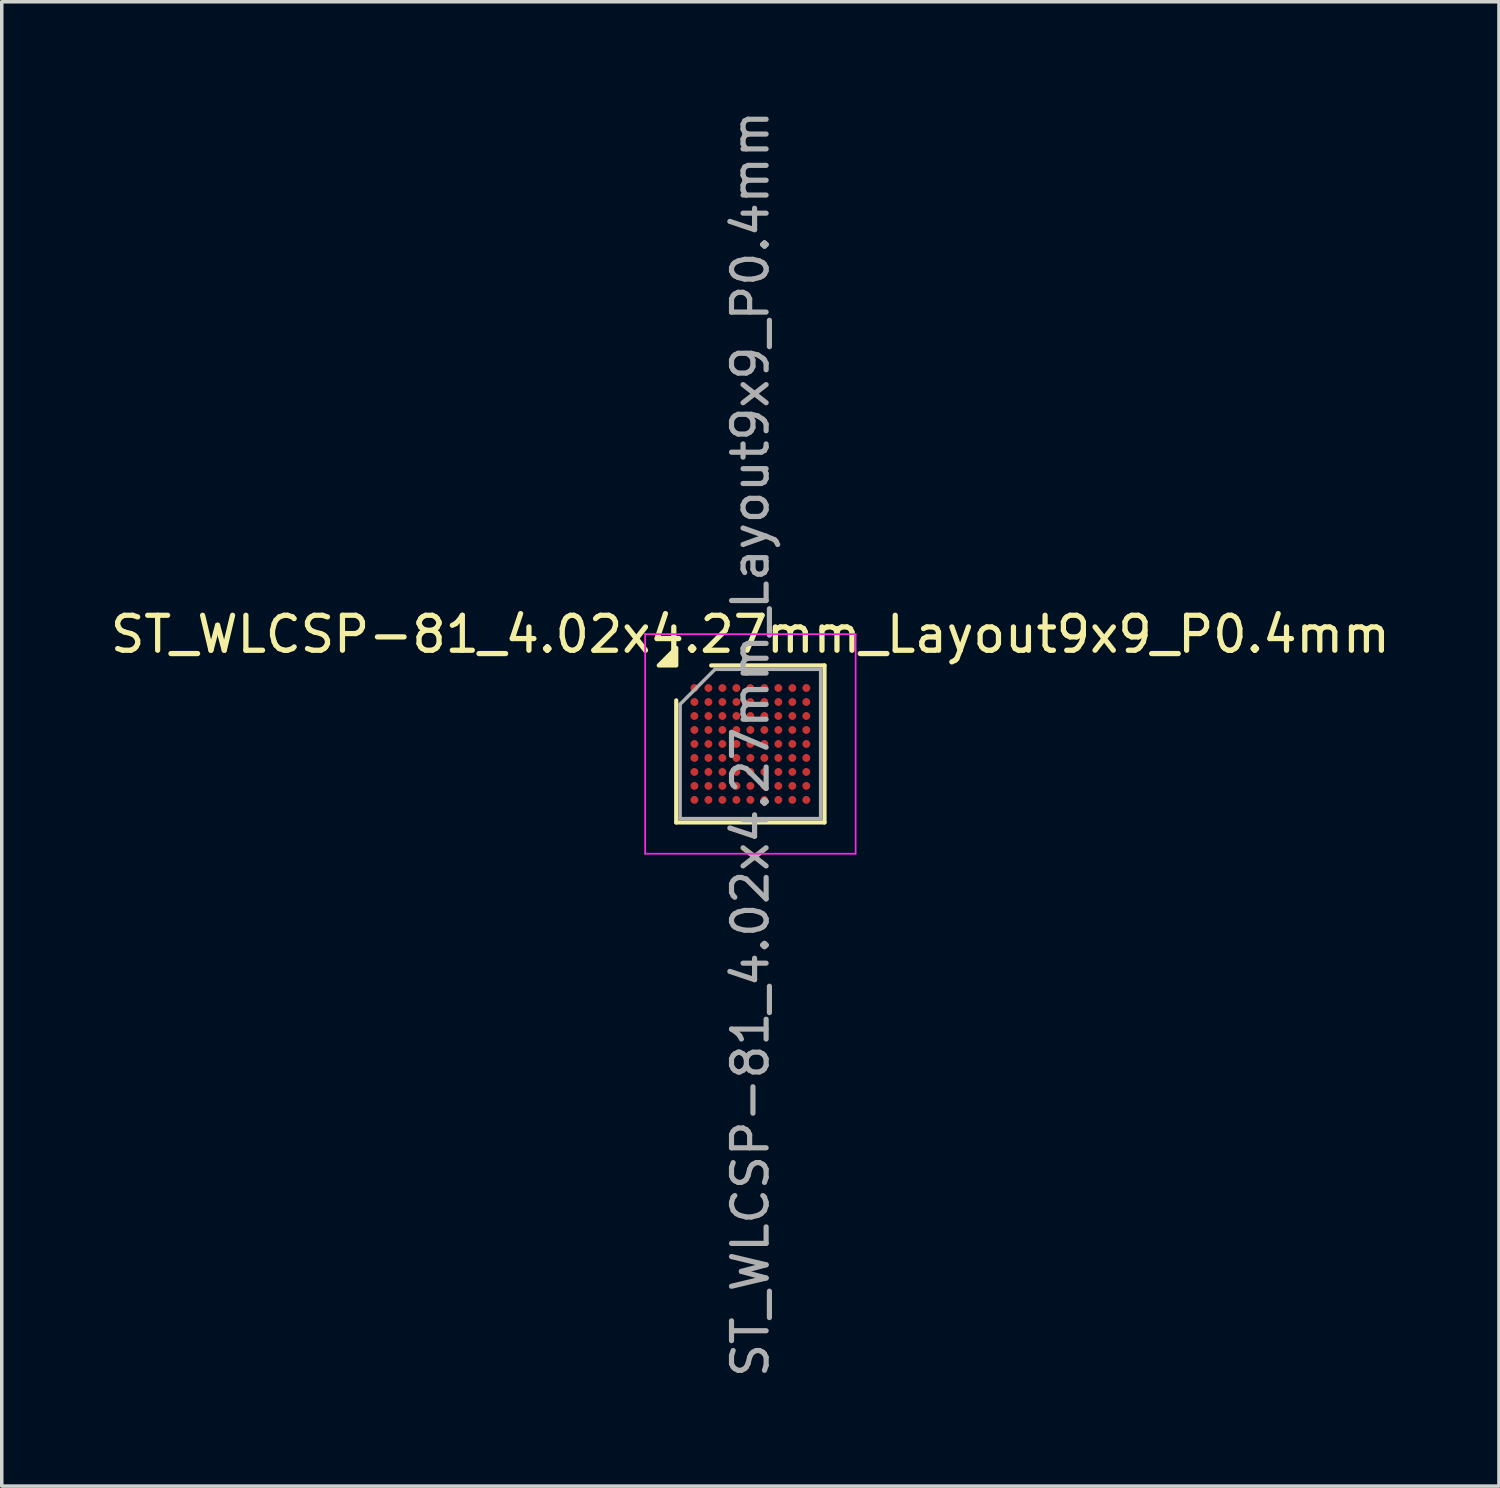
<source format=kicad_pcb>
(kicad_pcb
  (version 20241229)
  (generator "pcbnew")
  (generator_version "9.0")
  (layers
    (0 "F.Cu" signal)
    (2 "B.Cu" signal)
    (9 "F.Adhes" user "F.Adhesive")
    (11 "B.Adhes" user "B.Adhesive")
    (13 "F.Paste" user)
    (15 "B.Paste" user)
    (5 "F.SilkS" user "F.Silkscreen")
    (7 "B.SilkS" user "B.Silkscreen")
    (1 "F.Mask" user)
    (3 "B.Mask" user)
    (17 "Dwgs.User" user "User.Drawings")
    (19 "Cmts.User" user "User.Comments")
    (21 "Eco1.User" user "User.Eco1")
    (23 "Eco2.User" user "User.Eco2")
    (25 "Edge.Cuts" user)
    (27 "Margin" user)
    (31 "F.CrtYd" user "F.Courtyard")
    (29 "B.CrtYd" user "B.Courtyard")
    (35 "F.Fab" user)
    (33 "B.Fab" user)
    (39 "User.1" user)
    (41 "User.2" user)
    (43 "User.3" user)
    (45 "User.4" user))
  (footprint "ST_WLCSP-81_4.02x4.27mm_Layout9x9_P0.4mm"
    (layer "F.Cu")
    (at 18.411 18.227)
    (property "Reference" "ST_WLCSP-81_4.02x4.27mm_Layout9x9_P0.4mm" (at 0 -3.135 0) (layer "F.SilkS") (effects (font (size 1 1) (thickness 0.15))))
    (attr smd)
    (fp_line (start -2.12 2.245) (end -2.12 -1.245) (stroke (width 0.12) (type solid)) (layer "F.SilkS"))
    (fp_line (start -1.12 -2.245) (end 2.12 -2.245) (stroke (width 0.12) (type solid)) (layer "F.SilkS"))
    (fp_line (start 2.12 -2.245) (end 2.12 2.245) (stroke (width 0.12) (type solid)) (layer "F.SilkS"))
    (fp_line (start 2.12 2.245) (end -2.12 2.245) (stroke (width 0.12) (type solid)) (layer "F.SilkS"))
    (fp_poly (pts (xy -2.12 -2.245) (xy -2.62 -2.245) (xy -2.12 -2.745) (xy -2.12 -2.245)) (stroke (width 0.12) (type solid)) (fill yes) (layer "F.SilkS"))
    (fp_line (start -3.01 -3.14) (end -3.01 3.14) (stroke (width 0.05) (type solid)) (layer "F.CrtYd"))
    (fp_line (start -3.01 3.14) (end 3.01 3.14) (stroke (width 0.05) (type solid)) (layer "F.CrtYd"))
    (fp_line (start 3.01 -3.14) (end -3.01 -3.14) (stroke (width 0.05) (type solid)) (layer "F.CrtYd"))
    (fp_line (start 3.01 3.14) (end 3.01 -3.14) (stroke (width 0.05) (type solid)) (layer "F.CrtYd"))
    (fp_line (start -2.01 -1.135) (end -1.01 -2.135) (stroke (width 0.1) (type solid)) (layer "F.Fab"))
    (fp_line (start -2.01 2.135) (end -2.01 -1.135) (stroke (width 0.1) (type solid)) (layer "F.Fab"))
    (fp_line (start -1.01 -2.135) (end 2.01 -2.135) (stroke (width 0.1) (type solid)) (layer "F.Fab"))
    (fp_line (start 2.01 -2.135) (end 2.01 2.135) (stroke (width 0.1) (type solid)) (layer "F.Fab"))
    (fp_line (start 2.01 2.135) (end -2.01 2.135) (stroke (width 0.1) (type solid)) (layer "F.Fab"))
    (fp_text user "${REFERENCE}" (at 0 0 270) (layer "F.Fab") (effects (font (size 0.99 0.99) (thickness 0.148))))
    (pad "A1" smd circle (at -1.6 -1.6) (size 0.225 0.225) (property pad_prop_bga) (layers "F.Cu" "F.Mask" "F.Paste"))
    (pad "A2" smd circle (at -1.2 -1.6) (size 0.225 0.225) (property pad_prop_bga) (layers "F.Cu" "F.Mask" "F.Paste"))
    (pad "A3" smd circle (at -0.8 -1.6) (size 0.225 0.225) (property pad_prop_bga) (layers "F.Cu" "F.Mask" "F.Paste"))
    (pad "A4" smd circle (at -0.4 -1.6) (size 0.225 0.225) (property pad_prop_bga) (layers "F.Cu" "F.Mask" "F.Paste"))
    (pad "A5" smd circle (at 0 -1.6) (size 0.225 0.225) (property pad_prop_bga) (layers "F.Cu" "F.Mask" "F.Paste"))
    (pad "A6" smd circle (at 0.4 -1.6) (size 0.225 0.225) (property pad_prop_bga) (layers "F.Cu" "F.Mask" "F.Paste"))
    (pad "A7" smd circle (at 0.8 -1.6) (size 0.225 0.225) (property pad_prop_bga) (layers "F.Cu" "F.Mask" "F.Paste"))
    (pad "A8" smd circle (at 1.2 -1.6) (size 0.225 0.225) (property pad_prop_bga) (layers "F.Cu" "F.Mask" "F.Paste"))
    (pad "A9" smd circle (at 1.6 -1.6) (size 0.225 0.225) (property pad_prop_bga) (layers "F.Cu" "F.Mask" "F.Paste"))
    (pad "B1" smd circle (at -1.6 -1.2) (size 0.225 0.225) (property pad_prop_bga) (layers "F.Cu" "F.Mask" "F.Paste"))
    (pad "B2" smd circle (at -1.2 -1.2) (size 0.225 0.225) (property pad_prop_bga) (layers "F.Cu" "F.Mask" "F.Paste"))
    (pad "B3" smd circle (at -0.8 -1.2) (size 0.225 0.225) (property pad_prop_bga) (layers "F.Cu" "F.Mask" "F.Paste"))
    (pad "B4" smd circle (at -0.4 -1.2) (size 0.225 0.225) (property pad_prop_bga) (layers "F.Cu" "F.Mask" "F.Paste"))
    (pad "B5" smd circle (at 0 -1.2) (size 0.225 0.225) (property pad_prop_bga) (layers "F.Cu" "F.Mask" "F.Paste"))
    (pad "B6" smd circle (at 0.4 -1.2) (size 0.225 0.225) (property pad_prop_bga) (layers "F.Cu" "F.Mask" "F.Paste"))
    (pad "B7" smd circle (at 0.8 -1.2) (size 0.225 0.225) (property pad_prop_bga) (layers "F.Cu" "F.Mask" "F.Paste"))
    (pad "B8" smd circle (at 1.2 -1.2) (size 0.225 0.225) (property pad_prop_bga) (layers "F.Cu" "F.Mask" "F.Paste"))
    (pad "B9" smd circle (at 1.6 -1.2) (size 0.225 0.225) (property pad_prop_bga) (layers "F.Cu" "F.Mask" "F.Paste"))
    (pad "C1" smd circle (at -1.6 -0.8) (size 0.225 0.225) (property pad_prop_bga) (layers "F.Cu" "F.Mask" "F.Paste"))
    (pad "C2" smd circle (at -1.2 -0.8) (size 0.225 0.225) (property pad_prop_bga) (layers "F.Cu" "F.Mask" "F.Paste"))
    (pad "C3" smd circle (at -0.8 -0.8) (size 0.225 0.225) (property pad_prop_bga) (layers "F.Cu" "F.Mask" "F.Paste"))
    (pad "C4" smd circle (at -0.4 -0.8) (size 0.225 0.225) (property pad_prop_bga) (layers "F.Cu" "F.Mask" "F.Paste"))
    (pad "C5" smd circle (at 0 -0.8) (size 0.225 0.225) (property pad_prop_bga) (layers "F.Cu" "F.Mask" "F.Paste"))
    (pad "C6" smd circle (at 0.4 -0.8) (size 0.225 0.225) (property pad_prop_bga) (layers "F.Cu" "F.Mask" "F.Paste"))
    (pad "C7" smd circle (at 0.8 -0.8) (size 0.225 0.225) (property pad_prop_bga) (layers "F.Cu" "F.Mask" "F.Paste"))
    (pad "C8" smd circle (at 1.2 -0.8) (size 0.225 0.225) (property pad_prop_bga) (layers "F.Cu" "F.Mask" "F.Paste"))
    (pad "C9" smd circle (at 1.6 -0.8) (size 0.225 0.225) (property pad_prop_bga) (layers "F.Cu" "F.Mask" "F.Paste"))
    (pad "D1" smd circle (at -1.6 -0.4) (size 0.225 0.225) (property pad_prop_bga) (layers "F.Cu" "F.Mask" "F.Paste"))
    (pad "D2" smd circle (at -1.2 -0.4) (size 0.225 0.225) (property pad_prop_bga) (layers "F.Cu" "F.Mask" "F.Paste"))
    (pad "D3" smd circle (at -0.8 -0.4) (size 0.225 0.225) (property pad_prop_bga) (layers "F.Cu" "F.Mask" "F.Paste"))
    (pad "D4" smd circle (at -0.4 -0.4) (size 0.225 0.225) (property pad_prop_bga) (layers "F.Cu" "F.Mask" "F.Paste"))
    (pad "D5" smd circle (at 0 -0.4) (size 0.225 0.225) (property pad_prop_bga) (layers "F.Cu" "F.Mask" "F.Paste"))
    (pad "D6" smd circle (at 0.4 -0.4) (size 0.225 0.225) (property pad_prop_bga) (layers "F.Cu" "F.Mask" "F.Paste"))
    (pad "D7" smd circle (at 0.8 -0.4) (size 0.225 0.225) (property pad_prop_bga) (layers "F.Cu" "F.Mask" "F.Paste"))
    (pad "D8" smd circle (at 1.2 -0.4) (size 0.225 0.225) (property pad_prop_bga) (layers "F.Cu" "F.Mask" "F.Paste"))
    (pad "D9" smd circle (at 1.6 -0.4) (size 0.225 0.225) (property pad_prop_bga) (layers "F.Cu" "F.Mask" "F.Paste"))
    (pad "E1" smd circle (at -1.6 0) (size 0.225 0.225) (property pad_prop_bga) (layers "F.Cu" "F.Mask" "F.Paste"))
    (pad "E2" smd circle (at -1.2 0) (size 0.225 0.225) (property pad_prop_bga) (layers "F.Cu" "F.Mask" "F.Paste"))
    (pad "E3" smd circle (at -0.8 0) (size 0.225 0.225) (property pad_prop_bga) (layers "F.Cu" "F.Mask" "F.Paste"))
    (pad "E4" smd circle (at -0.4 0) (size 0.225 0.225) (property pad_prop_bga) (layers "F.Cu" "F.Mask" "F.Paste"))
    (pad "E5" smd circle (at 0 0) (size 0.225 0.225) (property pad_prop_bga) (layers "F.Cu" "F.Mask" "F.Paste"))
    (pad "E6" smd circle (at 0.4 0) (size 0.225 0.225) (property pad_prop_bga) (layers "F.Cu" "F.Mask" "F.Paste"))
    (pad "E7" smd circle (at 0.8 0) (size 0.225 0.225) (property pad_prop_bga) (layers "F.Cu" "F.Mask" "F.Paste"))
    (pad "E8" smd circle (at 1.2 0) (size 0.225 0.225) (property pad_prop_bga) (layers "F.Cu" "F.Mask" "F.Paste"))
    (pad "E9" smd circle (at 1.6 0) (size 0.225 0.225) (property pad_prop_bga) (layers "F.Cu" "F.Mask" "F.Paste"))
    (pad "F1" smd circle (at -1.6 0.4) (size 0.225 0.225) (property pad_prop_bga) (layers "F.Cu" "F.Mask" "F.Paste"))
    (pad "F2" smd circle (at -1.2 0.4) (size 0.225 0.225) (property pad_prop_bga) (layers "F.Cu" "F.Mask" "F.Paste"))
    (pad "F3" smd circle (at -0.8 0.4) (size 0.225 0.225) (property pad_prop_bga) (layers "F.Cu" "F.Mask" "F.Paste"))
    (pad "F4" smd circle (at -0.4 0.4) (size 0.225 0.225) (property pad_prop_bga) (layers "F.Cu" "F.Mask" "F.Paste"))
    (pad "F5" smd circle (at 0 0.4) (size 0.225 0.225) (property pad_prop_bga) (layers "F.Cu" "F.Mask" "F.Paste"))
    (pad "F6" smd circle (at 0.4 0.4) (size 0.225 0.225) (property pad_prop_bga) (layers "F.Cu" "F.Mask" "F.Paste"))
    (pad "F7" smd circle (at 0.8 0.4) (size 0.225 0.225) (property pad_prop_bga) (layers "F.Cu" "F.Mask" "F.Paste"))
    (pad "F8" smd circle (at 1.2 0.4) (size 0.225 0.225) (property pad_prop_bga) (layers "F.Cu" "F.Mask" "F.Paste"))
    (pad "F9" smd circle (at 1.6 0.4) (size 0.225 0.225) (property pad_prop_bga) (layers "F.Cu" "F.Mask" "F.Paste"))
    (pad "G1" smd circle (at -1.6 0.8) (size 0.225 0.225) (property pad_prop_bga) (layers "F.Cu" "F.Mask" "F.Paste"))
    (pad "G2" smd circle (at -1.2 0.8) (size 0.225 0.225) (property pad_prop_bga) (layers "F.Cu" "F.Mask" "F.Paste"))
    (pad "G3" smd circle (at -0.8 0.8) (size 0.225 0.225) (property pad_prop_bga) (layers "F.Cu" "F.Mask" "F.Paste"))
    (pad "G4" smd circle (at -0.4 0.8) (size 0.225 0.225) (property pad_prop_bga) (layers "F.Cu" "F.Mask" "F.Paste"))
    (pad "G5" smd circle (at 0 0.8) (size 0.225 0.225) (property pad_prop_bga) (layers "F.Cu" "F.Mask" "F.Paste"))
    (pad "G6" smd circle (at 0.4 0.8) (size 0.225 0.225) (property pad_prop_bga) (layers "F.Cu" "F.Mask" "F.Paste"))
    (pad "G7" smd circle (at 0.8 0.8) (size 0.225 0.225) (property pad_prop_bga) (layers "F.Cu" "F.Mask" "F.Paste"))
    (pad "G8" smd circle (at 1.2 0.8) (size 0.225 0.225) (property pad_prop_bga) (layers "F.Cu" "F.Mask" "F.Paste"))
    (pad "G9" smd circle (at 1.6 0.8) (size 0.225 0.225) (property pad_prop_bga) (layers "F.Cu" "F.Mask" "F.Paste"))
    (pad "H1" smd circle (at -1.6 1.2) (size 0.225 0.225) (property pad_prop_bga) (layers "F.Cu" "F.Mask" "F.Paste"))
    (pad "H2" smd circle (at -1.2 1.2) (size 0.225 0.225) (property pad_prop_bga) (layers "F.Cu" "F.Mask" "F.Paste"))
    (pad "H3" smd circle (at -0.8 1.2) (size 0.225 0.225) (property pad_prop_bga) (layers "F.Cu" "F.Mask" "F.Paste"))
    (pad "H4" smd circle (at -0.4 1.2) (size 0.225 0.225) (property pad_prop_bga) (layers "F.Cu" "F.Mask" "F.Paste"))
    (pad "H5" smd circle (at 0 1.2) (size 0.225 0.225) (property pad_prop_bga) (layers "F.Cu" "F.Mask" "F.Paste"))
    (pad "H6" smd circle (at 0.4 1.2) (size 0.225 0.225) (property pad_prop_bga) (layers "F.Cu" "F.Mask" "F.Paste"))
    (pad "H7" smd circle (at 0.8 1.2) (size 0.225 0.225) (property pad_prop_bga) (layers "F.Cu" "F.Mask" "F.Paste"))
    (pad "H8" smd circle (at 1.2 1.2) (size 0.225 0.225) (property pad_prop_bga) (layers "F.Cu" "F.Mask" "F.Paste"))
    (pad "H9" smd circle (at 1.6 1.2) (size 0.225 0.225) (property pad_prop_bga) (layers "F.Cu" "F.Mask" "F.Paste"))
    (pad "J1" smd circle (at -1.6 1.6) (size 0.225 0.225) (property pad_prop_bga) (layers "F.Cu" "F.Mask" "F.Paste"))
    (pad "J2" smd circle (at -1.2 1.6) (size 0.225 0.225) (property pad_prop_bga) (layers "F.Cu" "F.Mask" "F.Paste"))
    (pad "J3" smd circle (at -0.8 1.6) (size 0.225 0.225) (property pad_prop_bga) (layers "F.Cu" "F.Mask" "F.Paste"))
    (pad "J4" smd circle (at -0.4 1.6) (size 0.225 0.225) (property pad_prop_bga) (layers "F.Cu" "F.Mask" "F.Paste"))
    (pad "J5" smd circle (at 0 1.6) (size 0.225 0.225) (property pad_prop_bga) (layers "F.Cu" "F.Mask" "F.Paste"))
    (pad "J6" smd circle (at 0.4 1.6) (size 0.225 0.225) (property pad_prop_bga) (layers "F.Cu" "F.Mask" "F.Paste"))
    (pad "J7" smd circle (at 0.8 1.6) (size 0.225 0.225) (property pad_prop_bga) (layers "F.Cu" "F.Mask" "F.Paste"))
    (pad "J8" smd circle (at 1.2 1.6) (size 0.225 0.225) (property pad_prop_bga) (layers "F.Cu" "F.Mask" "F.Paste"))
    (pad "J9" smd circle (at 1.6 1.6) (size 0.225 0.225) (property pad_prop_bga) (layers "F.Cu" "F.Mask" "F.Paste")))
  (gr_rect
    (start -3 -3)
    (end 39.821 39.453)
    (stroke (width 0.1) (type default))
    (fill no)
    (layer "Edge.Cuts")))
</source>
